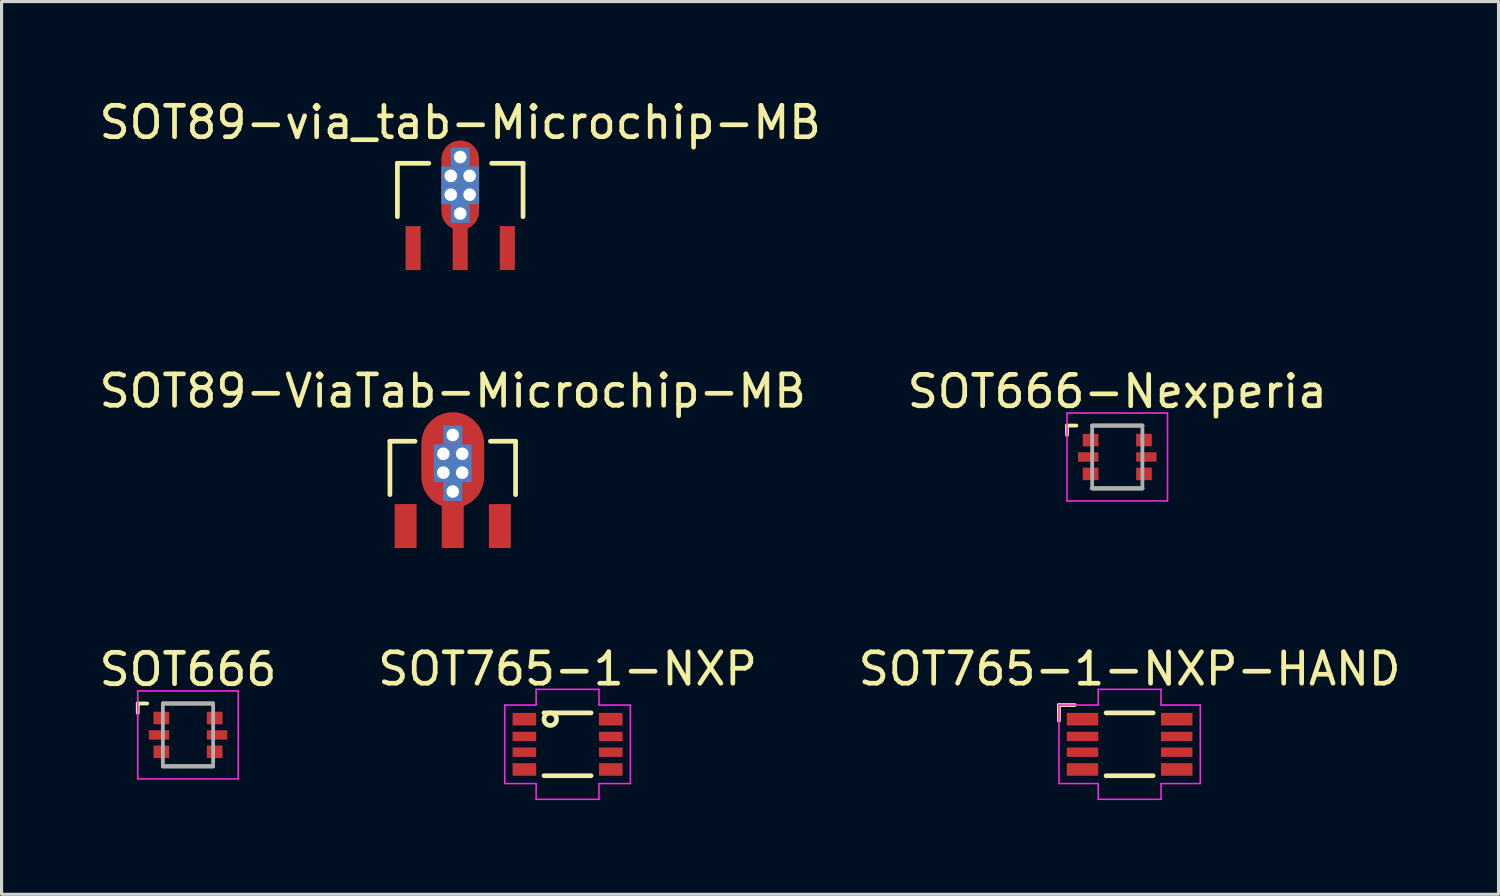
<source format=kicad_pcb>
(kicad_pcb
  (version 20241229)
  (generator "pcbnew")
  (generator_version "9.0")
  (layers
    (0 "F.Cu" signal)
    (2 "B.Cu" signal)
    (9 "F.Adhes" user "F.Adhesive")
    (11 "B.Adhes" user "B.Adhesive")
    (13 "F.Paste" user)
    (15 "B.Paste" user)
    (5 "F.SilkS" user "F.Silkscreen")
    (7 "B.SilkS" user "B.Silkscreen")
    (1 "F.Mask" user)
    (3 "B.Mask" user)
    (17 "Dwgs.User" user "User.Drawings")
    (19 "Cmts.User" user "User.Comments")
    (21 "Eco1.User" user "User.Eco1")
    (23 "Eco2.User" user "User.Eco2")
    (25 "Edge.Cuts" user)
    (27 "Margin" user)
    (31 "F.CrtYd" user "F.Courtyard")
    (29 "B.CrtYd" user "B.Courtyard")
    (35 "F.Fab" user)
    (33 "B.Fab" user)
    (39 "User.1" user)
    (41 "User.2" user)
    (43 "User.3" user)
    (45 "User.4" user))
  (footprint "SOT89-ViaTab-Microchip-MB"
    (layer "F.Cu")
    (at 11.363 13.697)
    (property "Reference" "SOT89-ViaTab-Microchip-MB" (at 0 -4.3 0) (layer "F.SilkS") (effects (font (size 1 1) (thickness 0.15))))
    (attr through_hole)
    (fp_line (start -2 -2.7) (end -1.2 -2.7) (stroke (width 0.15) (type solid)) (layer "F.SilkS"))
    (fp_line (start -2 -1) (end -2 -2.7) (stroke (width 0.15) (type solid)) (layer "F.SilkS"))
    (fp_line (start 1.2 -2.7) (end 2 -2.7) (stroke (width 0.15) (type solid)) (layer "F.SilkS"))
    (fp_line (start 2 -2.7) (end 2 -1) (stroke (width 0.15) (type solid)) (layer "F.SilkS"))
    (pad "1" smd rect (at -1.5 0) (size 0.7 1.4) (layers "F.Cu" "F.Mask" "F.Paste"))
    (pad "2" smd rect (at 0 0) (size 0.7 1.4) (layers "F.Cu" "F.Mask" "F.Paste"))
    (pad "3" smd rect (at 1.5 0) (size 0.7 1.4) (layers "F.Cu" "F.Mask" "F.Paste"))
    (pad "TAB" thru_hole rect (at -0.3 -2.3) (size 0.6 0.6) (drill 0.4) (layers "*.Cu" "*.Mask"))
    (pad "TAB" thru_hole rect (at -0.3 -1.7) (size 0.6 0.6) (drill 0.4) (layers "*.Cu" "*.Mask"))
    (pad "TAB" thru_hole rect (at 0 -2.9) (size 0.6 0.6) (drill 0.4) (layers "*.Cu" "*.Mask"))
    (pad "TAB" smd oval (at 0 -2.1) (size 2 3.05) (layers "F.Cu" "F.Mask" "F.Paste"))
    (pad "TAB" thru_hole rect (at 0 -1.1) (size 0.6 0.6) (drill 0.4) (layers "*.Cu" "*.Mask"))
    (pad "TAB" thru_hole rect (at 0.3 -2.3) (size 0.6 0.6) (drill 0.4) (layers "*.Cu" "*.Mask"))
    (pad "TAB" thru_hole rect (at 0.3 -1.7) (size 0.6 0.6) (drill 0.4) (layers "*.Cu" "*.Mask")))
  (footprint "SOT765-1-NXP"
    (layer "F.Cu")
    (at 15.018 20.645)
    (property "Reference" "SOT765-1-NXP" (at 0 -2.4 180) (layer "F.SilkS") (effects (font (size 1 1) (thickness 0.15))))
    (attr through_hole)
    (fp_line (start -0.75 -1) (end 0.75 -1) (stroke (width 0.15) (type solid)) (layer "F.SilkS"))
    (fp_line (start -0.75 1) (end 0.75 1) (stroke (width 0.15) (type solid)) (layer "F.SilkS"))
    (fp_circle (center -0.55 -0.8) (end -0.35 -0.8) (stroke (width 0.15) (type solid)) (fill no) (layer "F.SilkS"))
    (fp_line (start -2 -1.25) (end -1 -1.25) (stroke (width 0.05) (type solid)) (layer "F.CrtYd"))
    (fp_line (start -2 -1) (end -2 -1.25) (stroke (width 0.05) (type solid)) (layer "F.CrtYd"))
    (fp_line (start -2 1.25) (end -2 -1) (stroke (width 0.05) (type solid)) (layer "F.CrtYd"))
    (fp_line (start -1 -1.75) (end 1 -1.75) (stroke (width 0.05) (type solid)) (layer "F.CrtYd"))
    (fp_line (start -1 -1.25) (end -1 -1.75) (stroke (width 0.05) (type solid)) (layer "F.CrtYd"))
    (fp_line (start -1 1.25) (end -2 1.25) (stroke (width 0.05) (type solid)) (layer "F.CrtYd"))
    (fp_line (start -1 1.75) (end -1 1.25) (stroke (width 0.05) (type solid)) (layer "F.CrtYd"))
    (fp_line (start 1 -1.75) (end 1 -1.25) (stroke (width 0.05) (type solid)) (layer "F.CrtYd"))
    (fp_line (start 1 -1.25) (end 2 -1.25) (stroke (width 0.05) (type solid)) (layer "F.CrtYd"))
    (fp_line (start 1 1.25) (end 1 1.75) (stroke (width 0.05) (type solid)) (layer "F.CrtYd"))
    (fp_line (start 1 1.75) (end -1 1.75) (stroke (width 0.05) (type solid)) (layer "F.CrtYd"))
    (fp_line (start 2 -1.25) (end 2 1.25) (stroke (width 0.05) (type solid)) (layer "F.CrtYd"))
    (fp_line (start 2 1.25) (end 1 1.25) (stroke (width 0.05) (type solid)) (layer "F.CrtYd"))
    (pad "1" smd rect (at -1.375 -0.8 90) (size 0.4 0.75) (layers "F.Cu" "F.Mask" "F.Paste"))
    (pad "2" smd rect (at -1.375 -0.25 90) (size 0.3 0.75) (layers "F.Cu" "F.Mask" "F.Paste"))
    (pad "3" smd rect (at -1.375 0.25 90) (size 0.3 0.75) (layers "F.Cu" "F.Mask" "F.Paste"))
    (pad "4" smd rect (at -1.375 0.8 90) (size 0.4 0.75) (layers "F.Cu" "F.Mask" "F.Paste"))
    (pad "5" smd rect (at 1.375 0.8 90) (size 0.4 0.75) (layers "F.Cu" "F.Mask" "F.Paste"))
    (pad "6" smd rect (at 1.375 0.25 90) (size 0.3 0.75) (layers "F.Cu" "F.Mask" "F.Paste"))
    (pad "7" smd rect (at 1.375 -0.25 90) (size 0.3 0.75) (layers "F.Cu" "F.Mask" "F.Paste"))
    (pad "8" smd rect (at 1.375 -0.8 90) (size 0.4 0.75) (layers "F.Cu" "F.Mask" "F.Paste")))
  (footprint "SOT666"
    (layer "F.Cu")
    (at 2.935 20.346)
    (property "Reference" "SOT666" (at 0 -1.5 180) (layer "F.SilkS") (effects (font (size 1 1) (thickness 0.15)) (justify bottom)))
    (attr through_hole)
    (fp_line (start -1.6 -1) (end -1.6 -0.7) (stroke (width 0.12) (type solid)) (layer "F.SilkS"))
    (fp_line (start -1.3 -1) (end -1.6 -1) (stroke (width 0.12) (type solid)) (layer "F.SilkS"))
    (fp_line (start -0.8 -1) (end 0.8 -1) (stroke (width 0.12) (type solid)) (layer "F.SilkS"))
    (fp_line (start -0.8 1) (end 0.8 1) (stroke (width 0.12) (type solid)) (layer "F.SilkS"))
    (fp_line (start -1.6 -1.4) (end -1.6 1.4) (stroke (width 0.05) (type solid)) (layer "F.CrtYd"))
    (fp_line (start -1.6 1.4) (end 1.6 1.4) (stroke (width 0.05) (type solid)) (layer "F.CrtYd"))
    (fp_line (start 1.6 -1.4) (end -1.6 -1.4) (stroke (width 0.05) (type solid)) (layer "F.CrtYd"))
    (fp_line (start 1.6 1.4) (end 1.6 -1.4) (stroke (width 0.05) (type solid)) (layer "F.CrtYd"))
    (fp_line (start -0.8 -1) (end -0.8 1) (stroke (width 0.12) (type solid)) (layer "F.Fab"))
    (fp_line (start -0.8 -1) (end 0.8 -1) (stroke (width 0.12) (type solid)) (layer "F.Fab"))
    (fp_line (start -0.8 1) (end 0.8 1) (stroke (width 0.12) (type solid)) (layer "F.Fab"))
    (fp_line (start -0.8 1) (end 0.8 1) (stroke (width 0.12) (type solid)) (layer "F.Fab"))
    (fp_line (start 0.8 1) (end 0.8 -1) (stroke (width 0.12) (type solid)) (layer "F.Fab"))
    (pad "1" smd rect (at -0.85 -0.538) (size 0.5 0.4) (layers "F.Cu" "F.Mask" "F.Paste"))
    (pad "2" smd rect (at -0.925 0) (size 0.65 0.3) (layers "F.Cu" "F.Mask" "F.Paste"))
    (pad "3" smd rect (at -0.85 0.538) (size 0.5 0.4) (layers "F.Cu" "F.Mask" "F.Paste"))
    (pad "4" smd rect (at 0.85 0.538) (size 0.5 0.4) (layers "F.Cu" "F.Mask" "F.Paste"))
    (pad "5" smd rect (at 0.925 0) (size 0.65 0.3) (layers "F.Cu" "F.Mask" "F.Paste"))
    (pad "6" smd rect (at 0.85 -0.538) (size 0.5 0.4) (layers "F.Cu" "F.Mask" "F.Paste")))
  (footprint "SOT89-via_tab-Microchip-MB"
    (layer "F.Cu")
    (at 11.601 4.848)
    (property "Reference" "SOT89-via_tab-Microchip-MB" (at 0 -4 0) (layer "F.SilkS") (effects (font (size 1 1) (thickness 0.15))))
    (attr through_hole)
    (fp_line (start -2 -2.7) (end -1 -2.7) (stroke (width 0.15) (type solid)) (layer "F.SilkS"))
    (fp_line (start -2 -1) (end -2 -2.7) (stroke (width 0.15) (type solid)) (layer "F.SilkS"))
    (fp_line (start 1 -2.7) (end 2 -2.7) (stroke (width 0.15) (type solid)) (layer "F.SilkS"))
    (fp_line (start 2 -2.7) (end 2 -1) (stroke (width 0.15) (type solid)) (layer "F.SilkS"))
    (pad "1" smd rect (at -1.5 0) (size 0.48 1.4) (layers "F.Cu" "F.Mask" "F.Paste"))
    (pad "2" smd rect (at 0 0) (size 0.48 1.4) (layers "F.Cu" "F.Mask" "F.Paste"))
    (pad "3" smd rect (at 1.5 0) (size 0.48 1.4) (layers "F.Cu" "F.Mask" "F.Paste"))
    (pad "TAB" thru_hole rect (at -0.3 -2.3) (size 0.6 0.6) (drill 0.4) (layers "*.Cu" "*.Mask"))
    (pad "TAB" thru_hole rect (at -0.3 -1.7) (size 0.6 0.6) (drill 0.4) (layers "*.Cu" "*.Mask"))
    (pad "TAB" thru_hole rect (at 0 -2.9) (size 0.6 0.6) (drill 0.4) (layers "*.Cu" "*.Mask"))
    (pad "TAB" smd oval (at 0 -2) (size 1.2 2.85) (layers "F.Cu" "F.Mask" "F.Paste"))
    (pad "TAB" thru_hole rect (at 0 -1.1) (size 0.6 0.6) (drill 0.4) (layers "*.Cu" "*.Mask"))
    (pad "TAB" thru_hole rect (at 0.3 -2.3) (size 0.6 0.6) (drill 0.4) (layers "*.Cu" "*.Mask"))
    (pad "TAB" thru_hole rect (at 0.3 -1.7) (size 0.6 0.6) (drill 0.4) (layers "*.Cu" "*.Mask")))
  (footprint "SOT666-Nexperia"
    (layer "F.Cu")
    (at 32.518 11.498)
    (property "Reference" "SOT666-Nexperia" (at 0 -1.5 180) (layer "F.SilkS") (effects (font (size 1 1) (thickness 0.15)) (justify bottom)))
    (attr smd)
    (fp_line (start -1.6 -1) (end -1.6 -0.7) (stroke (width 0.12) (type solid)) (layer "F.SilkS"))
    (fp_line (start -1.3 -1) (end -1.6 -1) (stroke (width 0.12) (type solid)) (layer "F.SilkS"))
    (fp_line (start -0.8 -1) (end 0.8 -1) (stroke (width 0.12) (type solid)) (layer "F.SilkS"))
    (fp_line (start -0.8 1) (end 0.8 1) (stroke (width 0.12) (type solid)) (layer "F.SilkS"))
    (fp_line (start -1.6 -1.4) (end -1.6 1.4) (stroke (width 0.05) (type solid)) (layer "F.CrtYd"))
    (fp_line (start -1.6 1.4) (end 1.6 1.4) (stroke (width 0.05) (type solid)) (layer "F.CrtYd"))
    (fp_line (start 1.6 -1.4) (end -1.6 -1.4) (stroke (width 0.05) (type solid)) (layer "F.CrtYd"))
    (fp_line (start 1.6 1.4) (end 1.6 -1.4) (stroke (width 0.05) (type solid)) (layer "F.CrtYd"))
    (fp_line (start -0.8 -1) (end -0.8 1) (stroke (width 0.12) (type solid)) (layer "F.Fab"))
    (fp_line (start -0.8 -1) (end 0.8 -1) (stroke (width 0.12) (type solid)) (layer "F.Fab"))
    (fp_line (start -0.8 1) (end 0.8 1) (stroke (width 0.12) (type solid)) (layer "F.Fab"))
    (fp_line (start -0.8 1) (end 0.8 1) (stroke (width 0.12) (type solid)) (layer "F.Fab"))
    (fp_line (start 0.8 1) (end 0.8 -1) (stroke (width 0.12) (type solid)) (layer "F.Fab"))
    (pad "1" smd rect (at -0.85 -0.538) (size 0.5 0.4) (layers "F.Cu" "F.Mask" "F.Paste"))
    (pad "2" smd rect (at -0.925 0) (size 0.65 0.3) (layers "F.Cu" "F.Mask" "F.Paste"))
    (pad "3" smd rect (at -0.85 0.538) (size 0.5 0.4) (layers "F.Cu" "F.Mask" "F.Paste"))
    (pad "4" smd rect (at 0.85 0.538) (size 0.5 0.4) (layers "F.Cu" "F.Mask" "F.Paste"))
    (pad "5" smd rect (at 0.925 0) (size 0.65 0.3) (layers "F.Cu" "F.Mask" "F.Paste"))
    (pad "6" smd rect (at 0.85 -0.538) (size 0.5 0.4) (layers "F.Cu" "F.Mask" "F.Paste")))
  (footprint "SOT765-1-NXP-HAND"
    (layer "F.Cu")
    (at 32.911 20.645)
    (property "Reference" "SOT765-1-NXP-HAND" (at 0 -2.4 180) (layer "F.SilkS") (effects (font (size 1 1) (thickness 0.15))))
    (attr smd)
    (fp_line (start -2.25 -1.25) (end -2.25 -0.75) (stroke (width 0.12) (type solid)) (layer "F.SilkS"))
    (fp_line (start -1.75 -1.25) (end -2.25 -1.25) (stroke (width 0.12) (type solid)) (layer "F.SilkS"))
    (fp_line (start -0.75 -1) (end 0.75 -1) (stroke (width 0.15) (type solid)) (layer "F.SilkS"))
    (fp_line (start -0.75 1) (end 0.75 1) (stroke (width 0.15) (type solid)) (layer "F.SilkS"))
    (fp_line (start -2.25 -1.25) (end -1 -1.25) (stroke (width 0.05) (type solid)) (layer "F.CrtYd"))
    (fp_line (start -2.25 1.25) (end -2.25 -1.25) (stroke (width 0.05) (type solid)) (layer "F.CrtYd"))
    (fp_line (start -1 -1.75) (end 1 -1.75) (stroke (width 0.05) (type solid)) (layer "F.CrtYd"))
    (fp_line (start -1 -1.25) (end -1 -1.75) (stroke (width 0.05) (type solid)) (layer "F.CrtYd"))
    (fp_line (start -1 1.25) (end -2.25 1.25) (stroke (width 0.05) (type solid)) (layer "F.CrtYd"))
    (fp_line (start -1 1.75) (end -1 1.25) (stroke (width 0.05) (type solid)) (layer "F.CrtYd"))
    (fp_line (start 1 -1.75) (end 1 -1.25) (stroke (width 0.05) (type solid)) (layer "F.CrtYd"))
    (fp_line (start 1 -1.25) (end 2.25 -1.25) (stroke (width 0.05) (type solid)) (layer "F.CrtYd"))
    (fp_line (start 1 1.25) (end 1 1.75) (stroke (width 0.05) (type solid)) (layer "F.CrtYd"))
    (fp_line (start 1 1.75) (end -1 1.75) (stroke (width 0.05) (type solid)) (layer "F.CrtYd"))
    (fp_line (start 2.25 -1.25) (end 2.25 1.25) (stroke (width 0.05) (type solid)) (layer "F.CrtYd"))
    (fp_line (start 2.25 1.25) (end 1 1.25) (stroke (width 0.05) (type solid)) (layer "F.CrtYd"))
    (pad "1" smd rect (at -1.5 -0.8 90) (size 0.4 1) (layers "F.Cu" "F.Mask" "F.Paste"))
    (pad "2" smd rect (at -1.5 -0.25 90) (size 0.3 1) (layers "F.Cu" "F.Mask" "F.Paste"))
    (pad "3" smd rect (at -1.5 0.25 90) (size 0.3 1) (layers "F.Cu" "F.Mask" "F.Paste"))
    (pad "4" smd rect (at -1.5 0.8 90) (size 0.4 1) (layers "F.Cu" "F.Mask" "F.Paste"))
    (pad "5" smd rect (at 1.5 0.8 90) (size 0.4 1) (layers "F.Cu" "F.Mask" "F.Paste"))
    (pad "6" smd rect (at 1.5 0.25 90) (size 0.3 1) (layers "F.Cu" "F.Mask" "F.Paste"))
    (pad "7" smd rect (at 1.5 -0.25 90) (size 0.3 1) (layers "F.Cu" "F.Mask" "F.Paste"))
    (pad "8" smd rect (at 1.5 -0.8 90) (size 0.4 1) (layers "F.Cu" "F.Mask" "F.Paste")))
  (gr_rect
    (start -3 -3)
    (end 44.655 25.42)
    (stroke (width 0.1) (type default))
    (fill no)
    (layer "Edge.Cuts")))
</source>
